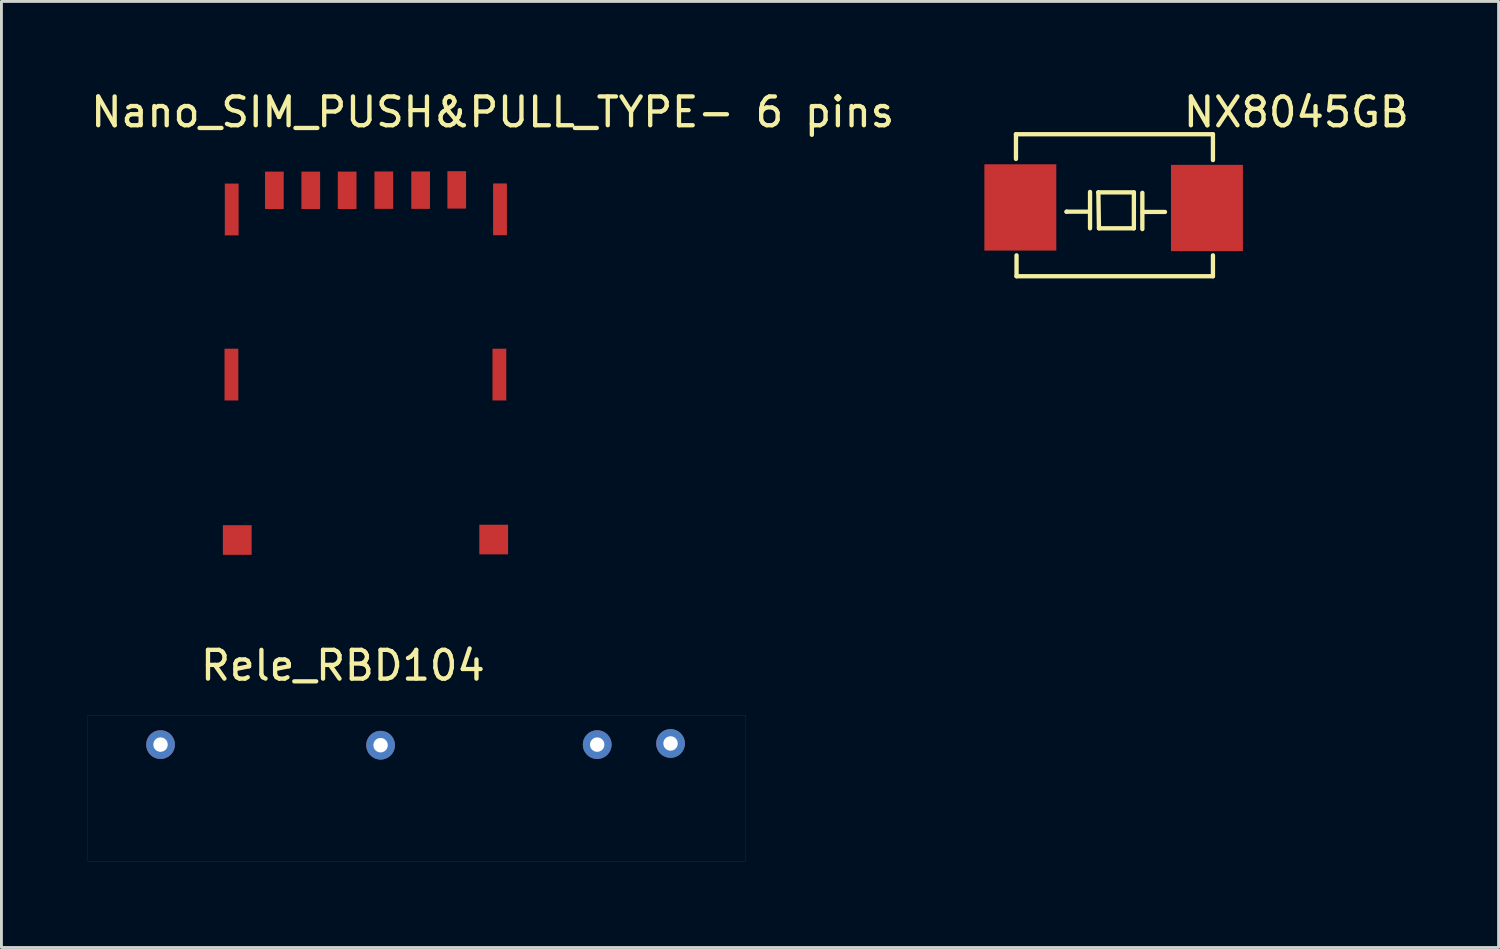
<source format=kicad_pcb>
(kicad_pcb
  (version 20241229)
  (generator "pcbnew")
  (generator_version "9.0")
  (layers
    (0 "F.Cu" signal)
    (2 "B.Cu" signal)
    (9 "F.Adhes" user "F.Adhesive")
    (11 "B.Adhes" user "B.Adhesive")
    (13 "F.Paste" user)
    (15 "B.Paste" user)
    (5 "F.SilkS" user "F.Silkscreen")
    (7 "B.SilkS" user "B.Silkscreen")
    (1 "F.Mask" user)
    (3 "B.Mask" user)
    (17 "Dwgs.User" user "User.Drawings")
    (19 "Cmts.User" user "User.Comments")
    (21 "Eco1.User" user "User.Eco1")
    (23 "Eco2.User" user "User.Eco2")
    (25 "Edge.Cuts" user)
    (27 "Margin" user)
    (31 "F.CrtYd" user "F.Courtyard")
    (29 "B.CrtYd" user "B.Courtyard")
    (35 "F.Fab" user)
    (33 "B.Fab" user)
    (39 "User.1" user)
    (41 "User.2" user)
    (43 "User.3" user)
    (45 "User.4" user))
  (footprint "NX8045GB"
    (layer "F.Cu")
    (at 35.464 4.562)
    (property "Reference" "NX8045GB" (at 6.553 -3.713 0) (layer "F.SilkS") (effects (font (size 1 1) (thickness 0.15))))
    (attr through_hole)
    (fp_line (start -3.195 -2.946) (end 3.653 -2.946) (stroke (width 0.15) (type solid)) (layer "F.SilkS"))
    (fp_line (start -3.195 -2.088) (end -3.195 -2.946) (stroke (width 0.15) (type solid)) (layer "F.SilkS"))
    (fp_line (start -3.175 1.991) (end -3.175 1.265) (stroke (width 0.15) (type solid)) (layer "F.SilkS"))
    (fp_line (start -1.438 -0.249) (end -1.433 -0.254) (stroke (width 0.15) (type solid)) (layer "F.SilkS"))
    (fp_line (start -0.635 -0.254) (end -1.433 -0.254) (stroke (width 0.15) (type solid)) (layer "F.SilkS"))
    (fp_line (start -0.62 -0.94) (end -0.62 0.325) (stroke (width 0.15) (type solid)) (layer "F.SilkS"))
    (fp_line (start -0.335 -0.925) (end 0.904 -0.925) (stroke (width 0.15) (type solid)) (layer "F.SilkS"))
    (fp_line (start -0.31 0.325) (end -0.33 -0.925) (stroke (width 0.15) (type solid)) (layer "F.SilkS"))
    (fp_line (start 0.904 -0.925) (end 0.904 0.325) (stroke (width 0.15) (type solid)) (layer "F.SilkS"))
    (fp_line (start 0.904 0.325) (end -0.31 0.325) (stroke (width 0.15) (type solid)) (layer "F.SilkS"))
    (fp_line (start 1.199 -0.909) (end 1.199 0.351) (stroke (width 0.15) (type solid)) (layer "F.SilkS"))
    (fp_line (start 1.209 -0.244) (end 1.986 -0.244) (stroke (width 0.15) (type solid)) (layer "F.SilkS"))
    (fp_line (start 3.653 -2.946) (end 3.653 -2.047) (stroke (width 0.15) (type solid)) (layer "F.SilkS"))
    (fp_line (start 3.653 1.265) (end 3.653 1.991) (stroke (width 0.15) (type solid)) (layer "F.SilkS"))
    (fp_line (start 3.653 1.991) (end -3.175 1.991) (stroke (width 0.15) (type solid)) (layer "F.SilkS"))
    (fp_line (start -4.308 -1.9) (end -4.308 1.1) (stroke (width 0.001) (type solid)) (layer "F.Fab"))
    (fp_line (start -4.308 1.1) (end -1.808 1.1) (stroke (width 0.001) (type solid)) (layer "F.Fab"))
    (fp_line (start -1.808 -1.9) (end -4.308 -1.9) (stroke (width 0.001) (type solid)) (layer "F.Fab"))
    (fp_line (start -1.808 1.1) (end -1.808 -1.9) (stroke (width 0.001) (type solid)) (layer "F.Fab"))
    (fp_line (start 2.192 -1.9) (end 2.192 1.1) (stroke (width 0.001) (type solid)) (layer "F.Fab"))
    (fp_line (start 2.192 1.1) (end 4.692 1.1) (stroke (width 0.001) (type solid)) (layer "F.Fab"))
    (fp_line (start 4.692 -1.9) (end 2.192 -1.9) (stroke (width 0.001) (type solid)) (layer "F.Fab"))
    (fp_line (start 4.692 1.1) (end 4.692 -1.9) (stroke (width 0.001) (type solid)) (layer "F.Fab"))
    (pad "1" smd rect (at -3.043 -0.401) (size 2.5 3) (layers "F.Cu" "F.Mask" "F.Paste"))
    (pad "2" smd rect (at 3.444 -0.381) (size 2.5 3) (layers "F.Cu" "F.Mask" "F.Paste")))
  (footprint "Rele_RBD104"
    (layer "F.Cu")
    (at 11.191 23.976)
    (property "Reference" "Rele_RBD104" (at -2.32 -3.89 0) (layer "F.SilkS") (effects (font (size 1 1) (thickness 0.15))))
    (attr through_hole)
    (fp_line (start -11.19 -2.169) (end -11.19 2.911) (stroke (width 0.002) (type solid)) (layer "Dwgs.User"))
    (fp_line (start -11.19 2.911) (end 11.67 2.911) (stroke (width 0.002) (type solid)) (layer "Dwgs.User"))
    (fp_line (start 11.67 -2.169) (end -11.19 -2.169) (stroke (width 0.002) (type solid)) (layer "Dwgs.User"))
    (fp_line (start 11.67 2.911) (end 11.67 -2.169) (stroke (width 0.002) (type solid)) (layer "Dwgs.User"))
    (fp_circle (center -8.65 -1.169) (end -8.4 -1.169) (stroke (width 0.002) (type solid)) (fill no) (layer "Dwgs.User"))
    (fp_circle (center -1.03 -1.12) (end -0.78 -1.12) (stroke (width 0.002) (type solid)) (fill no) (layer "Dwgs.User"))
    (fp_circle (center 6.59 -1.12) (end 6.84 -1.12) (stroke (width 0.002) (type solid)) (fill no) (layer "Dwgs.User"))
    (fp_circle (center 9.13 -1.169) (end 9.38 -1.169) (stroke (width 0.002) (type solid)) (fill no) (layer "Dwgs.User"))
    (pad "1" thru_hole circle (at -1.01 -1.12) (size 1 1) (drill 0.5) (layers "*.Cu" "*.Mask"))
    (pad "2" thru_hole circle (at 6.52 -1.14) (size 1 1) (drill 0.5) (layers "*.Cu" "*.Mask"))
    (pad "4" thru_hole circle (at -8.66 -1.14) (size 1 1) (drill 0.5) (layers "*.Cu" "*.Mask"))
    (pad "5" thru_hole circle (at 9.07 -1.18) (size 1 1) (drill 0.5) (layers "*.Cu" "*.Mask")))
  (footprint "Nano_SIM_PUSH&PULL_TYPE- 6 pins"
    (layer "F.Cu")
    (at 9.206 9.525)
    (property "Reference" "Nano_SIM_PUSH&PULL_TYPE- 6 pins" (at 4.872 -8.677 180) (layer "F.SilkS") (effects (font (size 1 1) (thickness 0.15))))
    (attr through_hole)
    (fp_line (start -4.528 5.668) (end -4.528 6.668) (stroke (width 0.001) (type solid)) (layer "F.Fab"))
    (fp_line (start -4.528 6.668) (end -3.498 6.668) (stroke (width 0.001) (type solid)) (layer "F.Fab"))
    (fp_line (start -4.458 -6.202) (end -4.458 -4.402) (stroke (width 0.001) (type solid)) (layer "F.Fab"))
    (fp_line (start -4.458 -4.402) (end -3.978 -4.402) (stroke (width 0.001) (type solid)) (layer "F.Fab"))
    (fp_line (start -4.458 -0.452) (end -4.458 1.348) (stroke (width 0.001) (type solid)) (layer "F.Fab"))
    (fp_line (start -4.458 1.348) (end -3.978 1.348) (stroke (width 0.001) (type solid)) (layer "F.Fab"))
    (fp_line (start -3.978 -6.202) (end -4.458 -6.202) (stroke (width 0.001) (type solid)) (layer "F.Fab"))
    (fp_line (start -3.978 -4.402) (end -3.978 -6.202) (stroke (width 0.001) (type solid)) (layer "F.Fab"))
    (fp_line (start -3.978 -0.452) (end -4.458 -0.452) (stroke (width 0.001) (type solid)) (layer "F.Fab"))
    (fp_line (start -3.978 1.348) (end -3.978 -0.452) (stroke (width 0.001) (type solid)) (layer "F.Fab"))
    (fp_line (start -3.498 5.668) (end -4.528 5.668) (stroke (width 0.001) (type solid)) (layer "F.Fab"))
    (fp_line (start -3.498 6.668) (end -3.498 5.668) (stroke (width 0.001) (type solid)) (layer "F.Fab"))
    (fp_line (start -3.053 -6.622) (end -2.403 -6.622) (stroke (width 0.001) (type solid)) (layer "F.Fab"))
    (fp_line (start -3.053 -5.322) (end -3.053 -6.622) (stroke (width 0.001) (type solid)) (layer "F.Fab"))
    (fp_line (start -2.403 -6.622) (end -2.403 -5.322) (stroke (width 0.001) (type solid)) (layer "F.Fab"))
    (fp_line (start -2.403 -5.322) (end -3.053 -5.322) (stroke (width 0.001) (type solid)) (layer "F.Fab"))
    (fp_line (start -1.783 -6.622) (end -1.133 -6.622) (stroke (width 0.001) (type solid)) (layer "F.Fab"))
    (fp_line (start -1.783 -5.322) (end -1.783 -6.622) (stroke (width 0.001) (type solid)) (layer "F.Fab"))
    (fp_line (start -1.133 -6.622) (end -1.133 -5.322) (stroke (width 0.001) (type solid)) (layer "F.Fab"))
    (fp_line (start -1.133 -5.322) (end -1.783 -5.322) (stroke (width 0.001) (type solid)) (layer "F.Fab"))
    (fp_line (start -0.513 -6.622) (end 0.137 -6.622) (stroke (width 0.001) (type solid)) (layer "F.Fab"))
    (fp_line (start -0.513 -5.322) (end -0.513 -6.622) (stroke (width 0.001) (type solid)) (layer "F.Fab"))
    (fp_line (start 0.137 -6.622) (end 0.137 -5.322) (stroke (width 0.001) (type solid)) (layer "F.Fab"))
    (fp_line (start 0.137 -5.322) (end -0.513 -5.322) (stroke (width 0.001) (type solid)) (layer "F.Fab"))
    (fp_line (start 0.757 -6.622) (end 1.407 -6.622) (stroke (width 0.001) (type solid)) (layer "F.Fab"))
    (fp_line (start 0.757 -5.322) (end 0.757 -6.622) (stroke (width 0.001) (type solid)) (layer "F.Fab"))
    (fp_line (start 1.407 -6.622) (end 1.407 -5.322) (stroke (width 0.001) (type solid)) (layer "F.Fab"))
    (fp_line (start 1.407 -5.322) (end 0.757 -5.322) (stroke (width 0.001) (type solid)) (layer "F.Fab"))
    (fp_line (start 2.027 -6.622) (end 2.677 -6.622) (stroke (width 0.001) (type solid)) (layer "F.Fab"))
    (fp_line (start 2.027 -5.322) (end 2.027 -6.622) (stroke (width 0.001) (type solid)) (layer "F.Fab"))
    (fp_line (start 2.677 -6.622) (end 2.677 -5.322) (stroke (width 0.001) (type solid)) (layer "F.Fab"))
    (fp_line (start 2.677 -5.322) (end 2.027 -5.322) (stroke (width 0.001) (type solid)) (layer "F.Fab"))
    (fp_line (start 3.297 -6.622) (end 3.947 -6.622) (stroke (width 0.001) (type solid)) (layer "F.Fab"))
    (fp_line (start 3.297 -5.322) (end 3.297 -6.622) (stroke (width 0.001) (type solid)) (layer "F.Fab"))
    (fp_line (start 3.947 -6.622) (end 3.947 -5.322) (stroke (width 0.001) (type solid)) (layer "F.Fab"))
    (fp_line (start 3.947 -5.322) (end 3.297 -5.322) (stroke (width 0.001) (type solid)) (layer "F.Fab"))
    (fp_line (start 4.402 5.668) (end 4.402 6.668) (stroke (width 0.001) (type solid)) (layer "F.Fab"))
    (fp_line (start 4.402 6.668) (end 5.432 6.668) (stroke (width 0.001) (type solid)) (layer "F.Fab"))
    (fp_line (start 4.872 -6.202) (end 4.872 -4.402) (stroke (width 0.001) (type solid)) (layer "F.Fab"))
    (fp_line (start 4.872 -4.402) (end 5.352 -4.402) (stroke (width 0.001) (type solid)) (layer "F.Fab"))
    (fp_line (start 4.872 -0.452) (end 4.872 1.348) (stroke (width 0.001) (type solid)) (layer "F.Fab"))
    (fp_line (start 4.872 1.348) (end 5.352 1.348) (stroke (width 0.001) (type solid)) (layer "F.Fab"))
    (fp_line (start 5.352 -6.202) (end 4.872 -6.202) (stroke (width 0.001) (type solid)) (layer "F.Fab"))
    (fp_line (start 5.352 -4.402) (end 5.352 -6.202) (stroke (width 0.001) (type solid)) (layer "F.Fab"))
    (fp_line (start 5.352 -0.452) (end 4.872 -0.452) (stroke (width 0.001) (type solid)) (layer "F.Fab"))
    (fp_line (start 5.352 1.348) (end 5.352 -0.452) (stroke (width 0.001) (type solid)) (layer "F.Fab"))
    (fp_line (start 5.432 5.668) (end 4.402 5.668) (stroke (width 0.001) (type solid)) (layer "F.Fab"))
    (fp_line (start 5.432 6.668) (end 5.432 5.668) (stroke (width 0.001) (type solid)) (layer "F.Fab"))
    (pad "1" smd rect (at -1.453 -5.959) (size 0.65 1.3) (layers "F.Cu" "F.Mask" "F.Paste"))
    (pad "2" smd rect (at 1.087 -5.964) (size 0.65 1.3) (layers "F.Cu" "F.Mask" "F.Paste"))
    (pad "3" smd rect (at 2.367 -5.964) (size 0.65 1.3) (layers "F.Cu" "F.Mask" "F.Paste"))
    (pad "5" smd rect (at -4.211 0.447) (size 0.48 1.8) (layers "F.Cu" "F.Mask" "F.Paste"))
    (pad "5" smd rect (at -4.201 -5.293) (size 0.48 1.8) (layers "F.Cu" "F.Mask" "F.Paste"))
    (pad "5" smd rect (at -4.008 6.198) (size 1 1.03) (layers "F.Cu" "F.Mask" "F.Paste"))
    (pad "5" smd rect (at -2.718 -5.959) (size 0.65 1.3) (layers "F.Cu" "F.Mask" "F.Paste"))
    (pad "5" smd rect (at 4.907 6.182) (size 1 1.03) (layers "F.Cu" "F.Mask" "F.Paste"))
    (pad "5" smd rect (at 5.105 0.447) (size 0.48 1.8) (layers "F.Cu" "F.Mask" "F.Paste"))
    (pad "5" smd rect (at 5.126 -5.298) (size 0.48 1.8) (layers "F.Cu" "F.Mask" "F.Paste"))
    (pad "6" smd rect (at -0.188 -5.959) (size 0.65 1.3) (layers "F.Cu" "F.Mask" "F.Paste"))
    (pad "7" smd rect (at 3.622 -5.974) (size 0.65 1.3) (layers "F.Cu" "F.Mask" "F.Paste")))
  (gr_rect
    (start -3 -3)
    (end 49.047 29.888)
    (stroke (width 0.1) (type default))
    (fill no)
    (layer "Edge.Cuts")))
</source>
